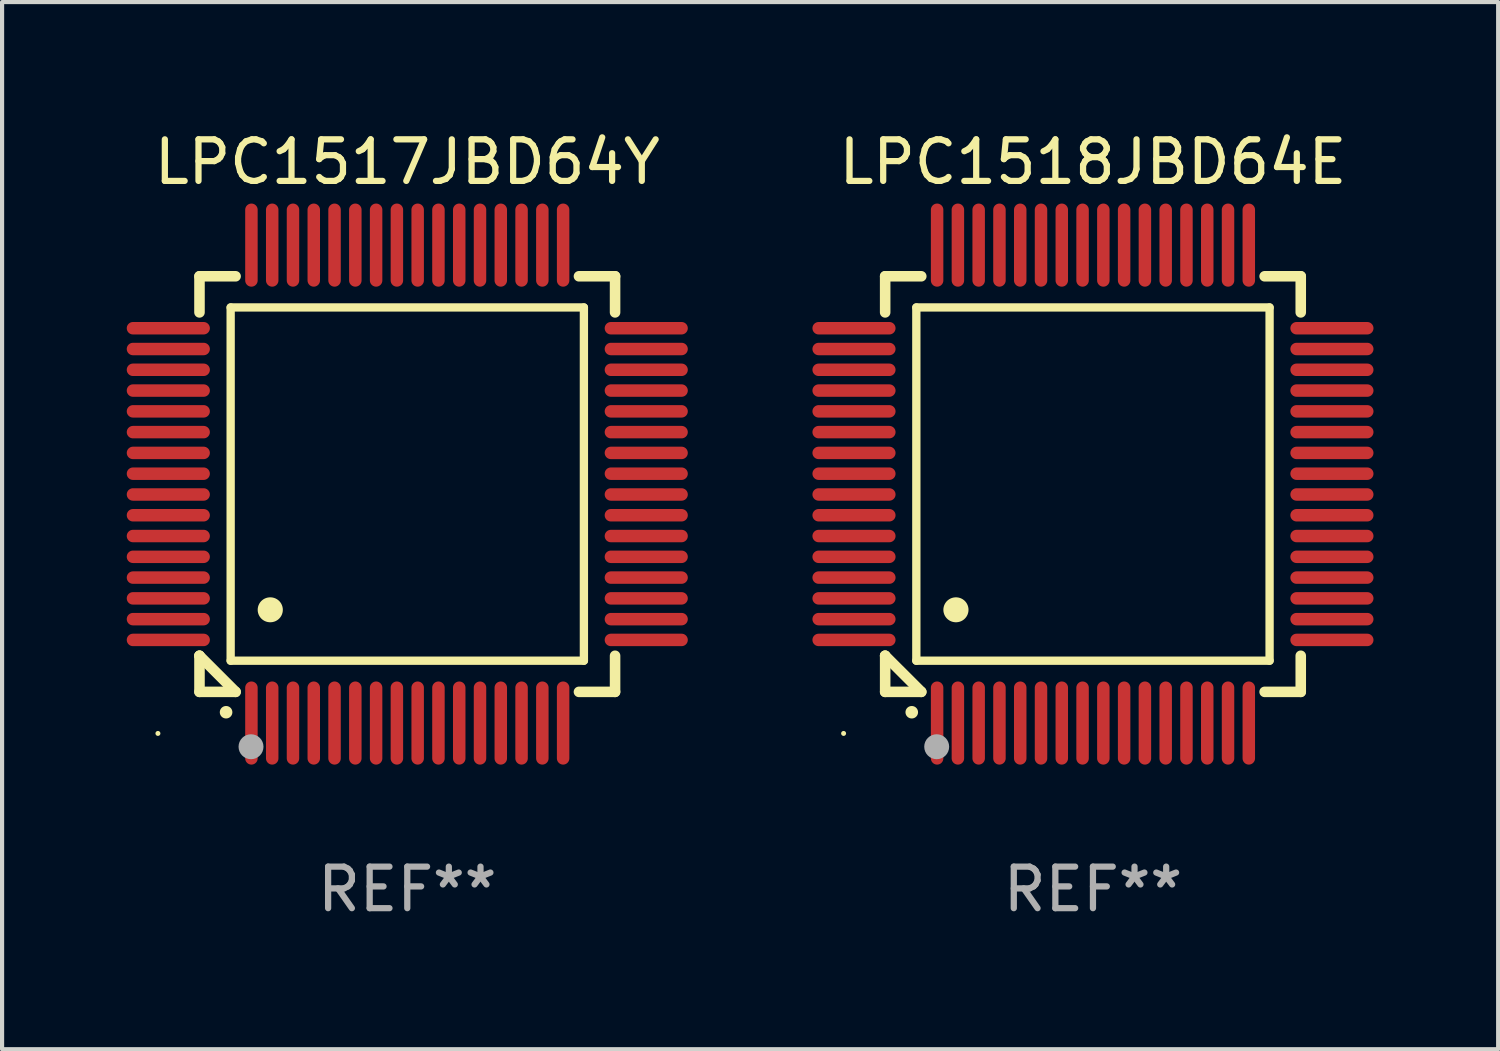
<source format=kicad_pcb>
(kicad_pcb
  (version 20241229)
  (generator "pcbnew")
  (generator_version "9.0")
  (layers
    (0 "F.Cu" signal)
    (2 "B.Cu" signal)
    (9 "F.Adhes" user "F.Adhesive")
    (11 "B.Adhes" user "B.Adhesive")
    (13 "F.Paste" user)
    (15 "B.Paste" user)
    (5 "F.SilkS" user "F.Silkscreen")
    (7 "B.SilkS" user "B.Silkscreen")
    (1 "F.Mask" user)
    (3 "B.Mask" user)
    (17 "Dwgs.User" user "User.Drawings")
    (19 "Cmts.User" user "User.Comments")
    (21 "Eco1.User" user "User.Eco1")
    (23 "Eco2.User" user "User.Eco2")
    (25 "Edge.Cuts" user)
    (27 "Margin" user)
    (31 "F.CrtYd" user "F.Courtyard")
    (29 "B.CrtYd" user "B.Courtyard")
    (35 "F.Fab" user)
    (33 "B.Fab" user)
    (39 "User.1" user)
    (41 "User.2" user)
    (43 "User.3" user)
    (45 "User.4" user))
  (footprint "LPC1517JBD64Y"
    (layer "F.Cu")
    (at 6.75 8.598)
    (property "Reference" "LPC1517JBD64Y" (at 0 -7.75 0) (layer "F.SilkS") (effects (font (size 1 1) (thickness 0.15))))
    (attr through_hole)
    (fp_line (start -5 -5) (end -4.131 -5) (stroke (width 0.254) (type solid)) (layer "F.SilkS"))
    (fp_line (start -5 -4.131) (end -5 -5) (stroke (width 0.254) (type solid)) (layer "F.SilkS"))
    (fp_line (start -5 4.131) (end -5 4.131) (stroke (width 0.254) (type solid)) (layer "F.SilkS"))
    (fp_line (start -5 5) (end -5 4.131) (stroke (width 0.254) (type solid)) (layer "F.SilkS"))
    (fp_line (start -5 4.131) (end -4.131 5) (stroke (width 0.254) (type solid)) (layer "F.SilkS"))
    (fp_line (start -4.25 -4.25) (end -4.25 4.25) (stroke (width 0.2) (type solid)) (layer "F.SilkS"))
    (fp_line (start -4.25 4.25) (end 4.25 4.25) (stroke (width 0.2) (type solid)) (layer "F.SilkS"))
    (fp_line (start -4.131 5) (end -5 5) (stroke (width 0.254) (type solid)) (layer "F.SilkS"))
    (fp_line (start 4.25 -4.25) (end -4.25 -4.25) (stroke (width 0.2) (type solid)) (layer "F.SilkS"))
    (fp_line (start 4.25 4.25) (end 4.25 -4.25) (stroke (width 0.2) (type solid)) (layer "F.SilkS"))
    (fp_line (start 5 -5) (end 4.131 -5) (stroke (width 0.254) (type solid)) (layer "F.SilkS"))
    (fp_line (start 5 -5) (end 5 -4.131) (stroke (width 0.254) (type solid)) (layer "F.SilkS"))
    (fp_line (start 5 4.131) (end 5 5) (stroke (width 0.254) (type solid)) (layer "F.SilkS"))
    (fp_line (start 5 5) (end 4.131 5) (stroke (width 0.254) (type solid)) (layer "F.SilkS"))
    (fp_arc (start -4.361265 5.489992) (mid -4.359995 5.489987) (end -4.358725 5.489992) (stroke (width 0.3) (type solid)) (layer "F.SilkS"))
    (fp_arc (start -3.299467 3.025146) (mid -3.296927 3.025135) (end -3.294387 3.025146) (stroke (width 0.6) (type solid)) (layer "F.SilkS"))
    (fp_circle (center -6 6) (end -5.97 6) (stroke (width 0.06) (type solid)) (fill no) (layer "F.SilkS"))
    (fp_circle (center -3.76 6.32) (end -3.61 6.32) (stroke (width 0.3) (type solid)) (fill no) (layer "F.Fab"))
    (fp_text user "REF**" (at 0 9.75 0) (layer "F.Fab") (effects (font (size 1 1) (thickness 0.15))))
    (pad "1" smd oval (at -3.75 5.75) (size 0.3 2) (layers "F.Cu" "F.Mask" "F.Paste"))
    (pad "2" smd oval (at -3.25 5.75) (size 0.3 2) (layers "F.Cu" "F.Mask" "F.Paste"))
    (pad "3" smd oval (at -2.75 5.75) (size 0.3 2) (layers "F.Cu" "F.Mask" "F.Paste"))
    (pad "4" smd oval (at -2.25 5.75) (size 0.3 2) (layers "F.Cu" "F.Mask" "F.Paste"))
    (pad "5" smd oval (at -1.75 5.75) (size 0.3 2) (layers "F.Cu" "F.Mask" "F.Paste"))
    (pad "6" smd oval (at -1.25 5.75) (size 0.3 2) (layers "F.Cu" "F.Mask" "F.Paste"))
    (pad "7" smd oval (at -0.75 5.75) (size 0.3 2) (layers "F.Cu" "F.Mask" "F.Paste"))
    (pad "8" smd oval (at -0.25 5.75) (size 0.3 2) (layers "F.Cu" "F.Mask" "F.Paste"))
    (pad "9" smd oval (at 0.25 5.75) (size 0.3 2) (layers "F.Cu" "F.Mask" "F.Paste"))
    (pad "10" smd oval (at 0.75 5.75) (size 0.3 2) (layers "F.Cu" "F.Mask" "F.Paste"))
    (pad "11" smd oval (at 1.25 5.75) (size 0.3 2) (layers "F.Cu" "F.Mask" "F.Paste"))
    (pad "12" smd oval (at 1.75 5.75) (size 0.3 2) (layers "F.Cu" "F.Mask" "F.Paste"))
    (pad "13" smd oval (at 2.25 5.75) (size 0.3 2) (layers "F.Cu" "F.Mask" "F.Paste"))
    (pad "14" smd oval (at 2.75 5.75) (size 0.3 2) (layers "F.Cu" "F.Mask" "F.Paste"))
    (pad "15" smd oval (at 3.25 5.75) (size 0.3 2) (layers "F.Cu" "F.Mask" "F.Paste"))
    (pad "16" smd oval (at 3.75 5.75) (size 0.3 2) (layers "F.Cu" "F.Mask" "F.Paste"))
    (pad "17" smd oval (at 5.75 3.75) (size 2 0.3) (layers "F.Cu" "F.Mask" "F.Paste"))
    (pad "18" smd oval (at 5.75 3.25) (size 2 0.3) (layers "F.Cu" "F.Mask" "F.Paste"))
    (pad "19" smd oval (at 5.75 2.75) (size 2 0.3) (layers "F.Cu" "F.Mask" "F.Paste"))
    (pad "20" smd oval (at 5.75 2.25) (size 2 0.3) (layers "F.Cu" "F.Mask" "F.Paste"))
    (pad "21" smd oval (at 5.75 1.75) (size 2 0.3) (layers "F.Cu" "F.Mask" "F.Paste"))
    (pad "22" smd oval (at 5.75 1.25) (size 2 0.3) (layers "F.Cu" "F.Mask" "F.Paste"))
    (pad "23" smd oval (at 5.75 0.75) (size 2 0.3) (layers "F.Cu" "F.Mask" "F.Paste"))
    (pad "24" smd oval (at 5.75 0.25) (size 2 0.3) (layers "F.Cu" "F.Mask" "F.Paste"))
    (pad "25" smd oval (at 5.75 -0.25) (size 2 0.3) (layers "F.Cu" "F.Mask" "F.Paste"))
    (pad "26" smd oval (at 5.75 -0.75) (size 2 0.3) (layers "F.Cu" "F.Mask" "F.Paste"))
    (pad "27" smd oval (at 5.75 -1.25) (size 2 0.3) (layers "F.Cu" "F.Mask" "F.Paste"))
    (pad "28" smd oval (at 5.75 -1.75) (size 2 0.3) (layers "F.Cu" "F.Mask" "F.Paste"))
    (pad "29" smd oval (at 5.75 -2.25) (size 2 0.3) (layers "F.Cu" "F.Mask" "F.Paste"))
    (pad "30" smd oval (at 5.75 -2.75) (size 2 0.3) (layers "F.Cu" "F.Mask" "F.Paste"))
    (pad "31" smd oval (at 5.75 -3.25) (size 2 0.3) (layers "F.Cu" "F.Mask" "F.Paste"))
    (pad "32" smd oval (at 5.75 -3.75) (size 2 0.3) (layers "F.Cu" "F.Mask" "F.Paste"))
    (pad "33" smd oval (at 3.75 -5.75) (size 0.3 2) (layers "F.Cu" "F.Mask" "F.Paste"))
    (pad "34" smd oval (at 3.25 -5.75) (size 0.3 2) (layers "F.Cu" "F.Mask" "F.Paste"))
    (pad "35" smd oval (at 2.75 -5.75) (size 0.3 2) (layers "F.Cu" "F.Mask" "F.Paste"))
    (pad "36" smd oval (at 2.25 -5.75) (size 0.3 2) (layers "F.Cu" "F.Mask" "F.Paste"))
    (pad "37" smd oval (at 1.75 -5.75) (size 0.3 2) (layers "F.Cu" "F.Mask" "F.Paste"))
    (pad "38" smd oval (at 1.25 -5.75) (size 0.3 2) (layers "F.Cu" "F.Mask" "F.Paste"))
    (pad "39" smd oval (at 0.75 -5.75) (size 0.3 2) (layers "F.Cu" "F.Mask" "F.Paste"))
    (pad "40" smd oval (at 0.25 -5.75) (size 0.3 2) (layers "F.Cu" "F.Mask" "F.Paste"))
    (pad "41" smd oval (at -0.25 -5.75) (size 0.3 2) (layers "F.Cu" "F.Mask" "F.Paste"))
    (pad "42" smd oval (at -0.75 -5.75) (size 0.3 2) (layers "F.Cu" "F.Mask" "F.Paste"))
    (pad "43" smd oval (at -1.25 -5.75) (size 0.3 2) (layers "F.Cu" "F.Mask" "F.Paste"))
    (pad "44" smd oval (at -1.75 -5.75) (size 0.3 2) (layers "F.Cu" "F.Mask" "F.Paste"))
    (pad "45" smd oval (at -2.25 -5.75) (size 0.3 2) (layers "F.Cu" "F.Mask" "F.Paste"))
    (pad "46" smd oval (at -2.75 -5.75) (size 0.3 2) (layers "F.Cu" "F.Mask" "F.Paste"))
    (pad "47" smd oval (at -3.25 -5.75) (size 0.3 2) (layers "F.Cu" "F.Mask" "F.Paste"))
    (pad "48" smd oval (at -3.75 -5.75) (size 0.3 2) (layers "F.Cu" "F.Mask" "F.Paste"))
    (pad "49" smd oval (at -5.75 -3.75) (size 2 0.3) (layers "F.Cu" "F.Mask" "F.Paste"))
    (pad "50" smd oval (at -5.75 -3.25) (size 2 0.3) (layers "F.Cu" "F.Mask" "F.Paste"))
    (pad "51" smd oval (at -5.75 -2.75) (size 2 0.3) (layers "F.Cu" "F.Mask" "F.Paste"))
    (pad "52" smd oval (at -5.75 -2.25) (size 2 0.3) (layers "F.Cu" "F.Mask" "F.Paste"))
    (pad "53" smd oval (at -5.75 -1.75) (size 2 0.3) (layers "F.Cu" "F.Mask" "F.Paste"))
    (pad "54" smd oval (at -5.75 -1.25) (size 2 0.3) (layers "F.Cu" "F.Mask" "F.Paste"))
    (pad "55" smd oval (at -5.75 -0.75) (size 2 0.3) (layers "F.Cu" "F.Mask" "F.Paste"))
    (pad "56" smd oval (at -5.75 -0.25) (size 2 0.3) (layers "F.Cu" "F.Mask" "F.Paste"))
    (pad "57" smd oval (at -5.75 0.25) (size 2 0.3) (layers "F.Cu" "F.Mask" "F.Paste"))
    (pad "58" smd oval (at -5.75 0.75) (size 2 0.3) (layers "F.Cu" "F.Mask" "F.Paste"))
    (pad "59" smd oval (at -5.75 1.25) (size 2 0.3) (layers "F.Cu" "F.Mask" "F.Paste"))
    (pad "60" smd oval (at -5.75 1.75) (size 2 0.3) (layers "F.Cu" "F.Mask" "F.Paste"))
    (pad "61" smd oval (at -5.75 2.25) (size 2 0.3) (layers "F.Cu" "F.Mask" "F.Paste"))
    (pad "62" smd oval (at -5.75 2.75) (size 2 0.3) (layers "F.Cu" "F.Mask" "F.Paste"))
    (pad "63" smd oval (at -5.75 3.25) (size 2 0.3) (layers "F.Cu" "F.Mask" "F.Paste"))
    (pad "64" smd oval (at -5.75 3.75) (size 2 0.3) (layers "F.Cu" "F.Mask" "F.Paste")))
  (footprint "LPC1518JBD64E"
    (layer "F.Cu")
    (at 23.249 8.598)
    (property "Reference" "LPC1518JBD64E" (at 0 -7.75 0) (layer "F.SilkS") (effects (font (size 1 1) (thickness 0.15))))
    (attr through_hole)
    (fp_line (start -5 -5) (end -4.131 -5) (stroke (width 0.254) (type solid)) (layer "F.SilkS"))
    (fp_line (start -5 -4.131) (end -5 -5) (stroke (width 0.254) (type solid)) (layer "F.SilkS"))
    (fp_line (start -5 4.131) (end -5 4.131) (stroke (width 0.254) (type solid)) (layer "F.SilkS"))
    (fp_line (start -5 5) (end -5 4.131) (stroke (width 0.254) (type solid)) (layer "F.SilkS"))
    (fp_line (start -5 4.131) (end -4.131 5) (stroke (width 0.254) (type solid)) (layer "F.SilkS"))
    (fp_line (start -4.25 -4.25) (end -4.25 4.25) (stroke (width 0.2) (type solid)) (layer "F.SilkS"))
    (fp_line (start -4.25 4.25) (end 4.25 4.25) (stroke (width 0.2) (type solid)) (layer "F.SilkS"))
    (fp_line (start -4.131 5) (end -5 5) (stroke (width 0.254) (type solid)) (layer "F.SilkS"))
    (fp_line (start 4.25 -4.25) (end -4.25 -4.25) (stroke (width 0.2) (type solid)) (layer "F.SilkS"))
    (fp_line (start 4.25 4.25) (end 4.25 -4.25) (stroke (width 0.2) (type solid)) (layer "F.SilkS"))
    (fp_line (start 5 -5) (end 4.131 -5) (stroke (width 0.254) (type solid)) (layer "F.SilkS"))
    (fp_line (start 5 -5) (end 5 -4.131) (stroke (width 0.254) (type solid)) (layer "F.SilkS"))
    (fp_line (start 5 4.131) (end 5 5) (stroke (width 0.254) (type solid)) (layer "F.SilkS"))
    (fp_line (start 5 5) (end 4.131 5) (stroke (width 0.254) (type solid)) (layer "F.SilkS"))
    (fp_arc (start -4.361265 5.489992) (mid -4.359995 5.489987) (end -4.358725 5.489992) (stroke (width 0.3) (type solid)) (layer "F.SilkS"))
    (fp_arc (start -3.299467 3.025146) (mid -3.296927 3.025135) (end -3.294387 3.025146) (stroke (width 0.6) (type solid)) (layer "F.SilkS"))
    (fp_circle (center -6 6) (end -5.97 6) (stroke (width 0.06) (type solid)) (fill no) (layer "F.SilkS"))
    (fp_circle (center -3.76 6.32) (end -3.61 6.32) (stroke (width 0.3) (type solid)) (fill no) (layer "F.Fab"))
    (fp_text user "REF**" (at 0 9.75 0) (layer "F.Fab") (effects (font (size 1 1) (thickness 0.15))))
    (pad "1" smd oval (at -3.75 5.75) (size 0.3 2) (layers "F.Cu" "F.Mask" "F.Paste"))
    (pad "2" smd oval (at -3.25 5.75) (size 0.3 2) (layers "F.Cu" "F.Mask" "F.Paste"))
    (pad "3" smd oval (at -2.75 5.75) (size 0.3 2) (layers "F.Cu" "F.Mask" "F.Paste"))
    (pad "4" smd oval (at -2.25 5.75) (size 0.3 2) (layers "F.Cu" "F.Mask" "F.Paste"))
    (pad "5" smd oval (at -1.75 5.75) (size 0.3 2) (layers "F.Cu" "F.Mask" "F.Paste"))
    (pad "6" smd oval (at -1.25 5.75) (size 0.3 2) (layers "F.Cu" "F.Mask" "F.Paste"))
    (pad "7" smd oval (at -0.75 5.75) (size 0.3 2) (layers "F.Cu" "F.Mask" "F.Paste"))
    (pad "8" smd oval (at -0.25 5.75) (size 0.3 2) (layers "F.Cu" "F.Mask" "F.Paste"))
    (pad "9" smd oval (at 0.25 5.75) (size 0.3 2) (layers "F.Cu" "F.Mask" "F.Paste"))
    (pad "10" smd oval (at 0.75 5.75) (size 0.3 2) (layers "F.Cu" "F.Mask" "F.Paste"))
    (pad "11" smd oval (at 1.25 5.75) (size 0.3 2) (layers "F.Cu" "F.Mask" "F.Paste"))
    (pad "12" smd oval (at 1.75 5.75) (size 0.3 2) (layers "F.Cu" "F.Mask" "F.Paste"))
    (pad "13" smd oval (at 2.25 5.75) (size 0.3 2) (layers "F.Cu" "F.Mask" "F.Paste"))
    (pad "14" smd oval (at 2.75 5.75) (size 0.3 2) (layers "F.Cu" "F.Mask" "F.Paste"))
    (pad "15" smd oval (at 3.25 5.75) (size 0.3 2) (layers "F.Cu" "F.Mask" "F.Paste"))
    (pad "16" smd oval (at 3.75 5.75) (size 0.3 2) (layers "F.Cu" "F.Mask" "F.Paste"))
    (pad "17" smd oval (at 5.75 3.75) (size 2 0.3) (layers "F.Cu" "F.Mask" "F.Paste"))
    (pad "18" smd oval (at 5.75 3.25) (size 2 0.3) (layers "F.Cu" "F.Mask" "F.Paste"))
    (pad "19" smd oval (at 5.75 2.75) (size 2 0.3) (layers "F.Cu" "F.Mask" "F.Paste"))
    (pad "20" smd oval (at 5.75 2.25) (size 2 0.3) (layers "F.Cu" "F.Mask" "F.Paste"))
    (pad "21" smd oval (at 5.75 1.75) (size 2 0.3) (layers "F.Cu" "F.Mask" "F.Paste"))
    (pad "22" smd oval (at 5.75 1.25) (size 2 0.3) (layers "F.Cu" "F.Mask" "F.Paste"))
    (pad "23" smd oval (at 5.75 0.75) (size 2 0.3) (layers "F.Cu" "F.Mask" "F.Paste"))
    (pad "24" smd oval (at 5.75 0.25) (size 2 0.3) (layers "F.Cu" "F.Mask" "F.Paste"))
    (pad "25" smd oval (at 5.75 -0.25) (size 2 0.3) (layers "F.Cu" "F.Mask" "F.Paste"))
    (pad "26" smd oval (at 5.75 -0.75) (size 2 0.3) (layers "F.Cu" "F.Mask" "F.Paste"))
    (pad "27" smd oval (at 5.75 -1.25) (size 2 0.3) (layers "F.Cu" "F.Mask" "F.Paste"))
    (pad "28" smd oval (at 5.75 -1.75) (size 2 0.3) (layers "F.Cu" "F.Mask" "F.Paste"))
    (pad "29" smd oval (at 5.75 -2.25) (size 2 0.3) (layers "F.Cu" "F.Mask" "F.Paste"))
    (pad "30" smd oval (at 5.75 -2.75) (size 2 0.3) (layers "F.Cu" "F.Mask" "F.Paste"))
    (pad "31" smd oval (at 5.75 -3.25) (size 2 0.3) (layers "F.Cu" "F.Mask" "F.Paste"))
    (pad "32" smd oval (at 5.75 -3.75) (size 2 0.3) (layers "F.Cu" "F.Mask" "F.Paste"))
    (pad "33" smd oval (at 3.75 -5.75) (size 0.3 2) (layers "F.Cu" "F.Mask" "F.Paste"))
    (pad "34" smd oval (at 3.25 -5.75) (size 0.3 2) (layers "F.Cu" "F.Mask" "F.Paste"))
    (pad "35" smd oval (at 2.75 -5.75) (size 0.3 2) (layers "F.Cu" "F.Mask" "F.Paste"))
    (pad "36" smd oval (at 2.25 -5.75) (size 0.3 2) (layers "F.Cu" "F.Mask" "F.Paste"))
    (pad "37" smd oval (at 1.75 -5.75) (size 0.3 2) (layers "F.Cu" "F.Mask" "F.Paste"))
    (pad "38" smd oval (at 1.25 -5.75) (size 0.3 2) (layers "F.Cu" "F.Mask" "F.Paste"))
    (pad "39" smd oval (at 0.75 -5.75) (size 0.3 2) (layers "F.Cu" "F.Mask" "F.Paste"))
    (pad "40" smd oval (at 0.25 -5.75) (size 0.3 2) (layers "F.Cu" "F.Mask" "F.Paste"))
    (pad "41" smd oval (at -0.25 -5.75) (size 0.3 2) (layers "F.Cu" "F.Mask" "F.Paste"))
    (pad "42" smd oval (at -0.75 -5.75) (size 0.3 2) (layers "F.Cu" "F.Mask" "F.Paste"))
    (pad "43" smd oval (at -1.25 -5.75) (size 0.3 2) (layers "F.Cu" "F.Mask" "F.Paste"))
    (pad "44" smd oval (at -1.75 -5.75) (size 0.3 2) (layers "F.Cu" "F.Mask" "F.Paste"))
    (pad "45" smd oval (at -2.25 -5.75) (size 0.3 2) (layers "F.Cu" "F.Mask" "F.Paste"))
    (pad "46" smd oval (at -2.75 -5.75) (size 0.3 2) (layers "F.Cu" "F.Mask" "F.Paste"))
    (pad "47" smd oval (at -3.25 -5.75) (size 0.3 2) (layers "F.Cu" "F.Mask" "F.Paste"))
    (pad "48" smd oval (at -3.75 -5.75) (size 0.3 2) (layers "F.Cu" "F.Mask" "F.Paste"))
    (pad "49" smd oval (at -5.75 -3.75) (size 2 0.3) (layers "F.Cu" "F.Mask" "F.Paste"))
    (pad "50" smd oval (at -5.75 -3.25) (size 2 0.3) (layers "F.Cu" "F.Mask" "F.Paste"))
    (pad "51" smd oval (at -5.75 -2.75) (size 2 0.3) (layers "F.Cu" "F.Mask" "F.Paste"))
    (pad "52" smd oval (at -5.75 -2.25) (size 2 0.3) (layers "F.Cu" "F.Mask" "F.Paste"))
    (pad "53" smd oval (at -5.75 -1.75) (size 2 0.3) (layers "F.Cu" "F.Mask" "F.Paste"))
    (pad "54" smd oval (at -5.75 -1.25) (size 2 0.3) (layers "F.Cu" "F.Mask" "F.Paste"))
    (pad "55" smd oval (at -5.75 -0.75) (size 2 0.3) (layers "F.Cu" "F.Mask" "F.Paste"))
    (pad "56" smd oval (at -5.75 -0.25) (size 2 0.3) (layers "F.Cu" "F.Mask" "F.Paste"))
    (pad "57" smd oval (at -5.75 0.25) (size 2 0.3) (layers "F.Cu" "F.Mask" "F.Paste"))
    (pad "58" smd oval (at -5.75 0.75) (size 2 0.3) (layers "F.Cu" "F.Mask" "F.Paste"))
    (pad "59" smd oval (at -5.75 1.25) (size 2 0.3) (layers "F.Cu" "F.Mask" "F.Paste"))
    (pad "60" smd oval (at -5.75 1.75) (size 2 0.3) (layers "F.Cu" "F.Mask" "F.Paste"))
    (pad "61" smd oval (at -5.75 2.25) (size 2 0.3) (layers "F.Cu" "F.Mask" "F.Paste"))
    (pad "62" smd oval (at -5.75 2.75) (size 2 0.3) (layers "F.Cu" "F.Mask" "F.Paste"))
    (pad "63" smd oval (at -5.75 3.25) (size 2 0.3) (layers "F.Cu" "F.Mask" "F.Paste"))
    (pad "64" smd oval (at -5.75 3.75) (size 2 0.3) (layers "F.Cu" "F.Mask" "F.Paste")))
  (gr_rect
    (start -3 -3)
    (end 32.999 22.196)
    (stroke (width 0.1) (type default))
    (fill no)
    (layer "Edge.Cuts")))
</source>
